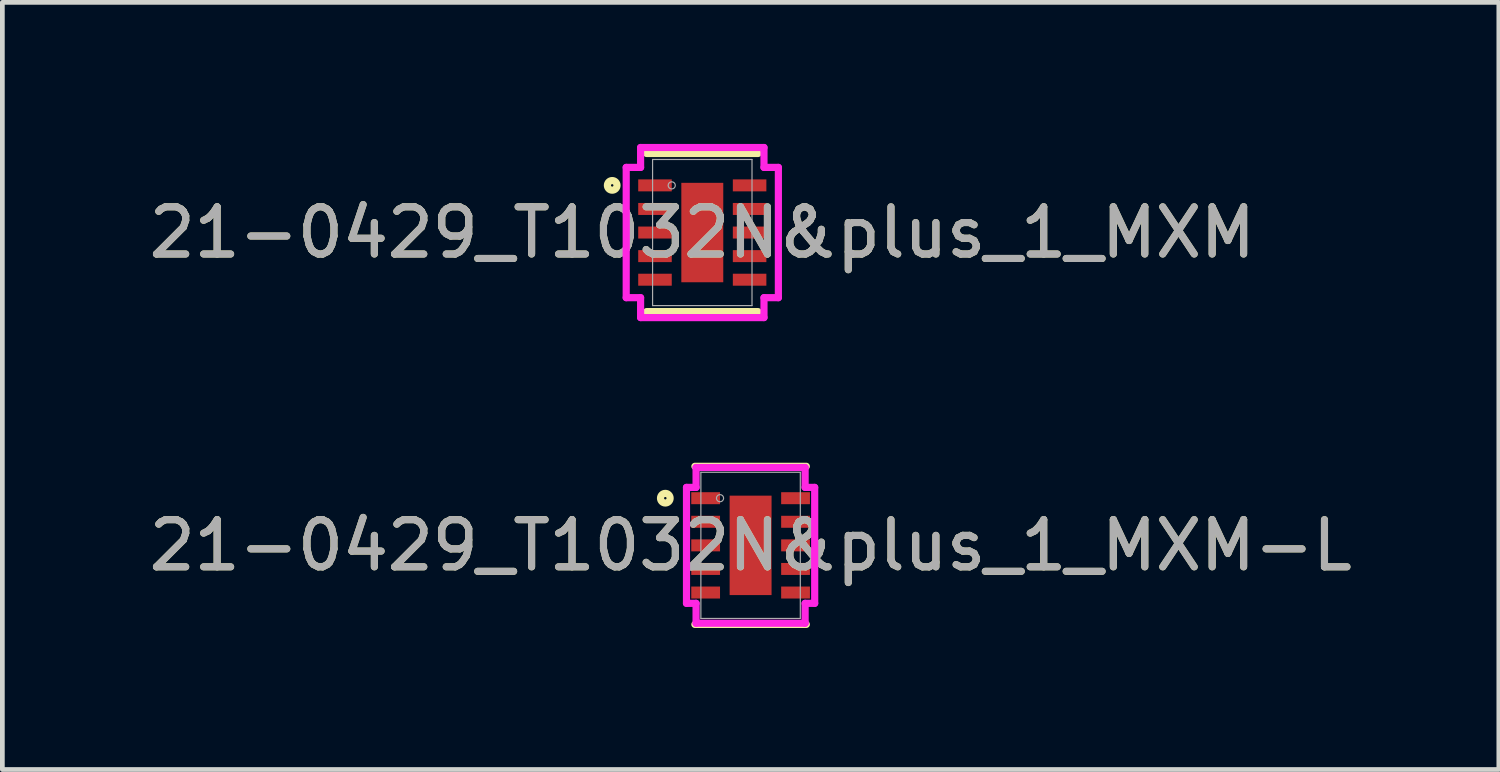
<source format=kicad_pcb>
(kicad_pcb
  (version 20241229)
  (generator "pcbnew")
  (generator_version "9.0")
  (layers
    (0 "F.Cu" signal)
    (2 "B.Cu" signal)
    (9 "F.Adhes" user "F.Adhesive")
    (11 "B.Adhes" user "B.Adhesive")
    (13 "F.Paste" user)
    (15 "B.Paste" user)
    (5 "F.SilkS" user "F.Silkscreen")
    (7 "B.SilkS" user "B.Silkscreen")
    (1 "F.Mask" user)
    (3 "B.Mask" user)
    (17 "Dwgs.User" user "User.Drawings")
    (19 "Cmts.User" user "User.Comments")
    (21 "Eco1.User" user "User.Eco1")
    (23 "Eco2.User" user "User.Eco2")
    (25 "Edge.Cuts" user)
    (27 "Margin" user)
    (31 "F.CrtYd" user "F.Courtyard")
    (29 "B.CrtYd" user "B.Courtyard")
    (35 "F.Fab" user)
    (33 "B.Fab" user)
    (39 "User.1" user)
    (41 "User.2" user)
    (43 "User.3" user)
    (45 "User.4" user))
  (footprint "21-0429_T1032N&plus_1_MXM-L"
    (layer "F.Cu")
    (at 12.863 8.512)
    (property "Reference" "21-0429_T1032N&plus_1_MXM-L" (at 0 0 0) (unlocked yes) (layer "F.SilkS") (effects (font (size 1 1) (thickness 0.15))))
    (attr smd)
    (fp_line (start -1.181 1.676) (end 1.181 1.676) (stroke (width 0.152) (type solid)) (layer "F.SilkS"))
    (fp_line (start 1.181 -1.676) (end -1.181 -1.676) (stroke (width 0.152) (type solid)) (layer "F.SilkS"))
    (fp_circle (center -1.808 -1) (end -1.706 -1) (stroke (width 0.152) (type solid)) (fill no) (layer "F.SilkS"))
    (fp_line (start -1.359 -1.229) (end -1.156 -1.229) (stroke (width 0.152) (type solid)) (layer "F.CrtYd"))
    (fp_line (start -1.359 1.229) (end -1.359 -1.229) (stroke (width 0.152) (type solid)) (layer "F.CrtYd"))
    (fp_line (start -1.359 1.229) (end -1.156 1.229) (stroke (width 0.152) (type solid)) (layer "F.CrtYd"))
    (fp_line (start -1.156 -1.651) (end 1.156 -1.651) (stroke (width 0.152) (type solid)) (layer "F.CrtYd"))
    (fp_line (start -1.156 -1.229) (end -1.156 -1.651) (stroke (width 0.152) (type solid)) (layer "F.CrtYd"))
    (fp_line (start -1.156 1.651) (end -1.156 1.229) (stroke (width 0.152) (type solid)) (layer "F.CrtYd"))
    (fp_line (start 1.156 -1.651) (end 1.156 -1.229) (stroke (width 0.152) (type solid)) (layer "F.CrtYd"))
    (fp_line (start 1.156 1.229) (end 1.156 1.651) (stroke (width 0.152) (type solid)) (layer "F.CrtYd"))
    (fp_line (start 1.156 1.651) (end -1.156 1.651) (stroke (width 0.152) (type solid)) (layer "F.CrtYd"))
    (fp_line (start 1.359 -1.229) (end 1.156 -1.229) (stroke (width 0.152) (type solid)) (layer "F.CrtYd"))
    (fp_line (start 1.359 -1.229) (end 1.359 1.229) (stroke (width 0.152) (type solid)) (layer "F.CrtYd"))
    (fp_line (start 1.359 1.229) (end 1.156 1.229) (stroke (width 0.152) (type solid)) (layer "F.CrtYd"))
    (fp_line (start -1.054 -1.549) (end -1.054 1.549) (stroke (width 0.025) (type solid)) (layer "F.Fab"))
    (fp_line (start -1.054 1.549) (end 1.054 1.549) (stroke (width 0.025) (type solid)) (layer "F.Fab"))
    (fp_line (start 1.054 -1.549) (end -1.054 -1.549) (stroke (width 0.025) (type solid)) (layer "F.Fab"))
    (fp_line (start 1.054 1.549) (end 1.054 -1.549) (stroke (width 0.025) (type solid)) (layer "F.Fab"))
    (fp_circle (center -0.648 -1) (end -0.572 -1) (stroke (width 0.025) (type solid)) (fill no) (layer "F.Fab"))
    (fp_text user "${REFERENCE}" (at 0 0 0) (unlocked yes) (layer "F.Fab") (effects (font (size 1 1) (thickness 0.15))))
    (pad "1" smd rect (at -0.953 -1) (size 0.61 0.254) (layers "F.Cu" "F.Mask" "F.Paste"))
    (pad "2" smd rect (at -0.953 -0.5) (size 0.61 0.254) (layers "F.Cu" "F.Mask" "F.Paste"))
    (pad "3" smd rect (at -0.953 0) (size 0.61 0.254) (layers "F.Cu" "F.Mask" "F.Paste"))
    (pad "4" smd rect (at -0.953 0.5) (size 0.61 0.254) (layers "F.Cu" "F.Mask" "F.Paste"))
    (pad "5" smd rect (at -0.953 1) (size 0.61 0.254) (layers "F.Cu" "F.Mask" "F.Paste"))
    (pad "6" smd rect (at 0.953 1) (size 0.61 0.254) (layers "F.Cu" "F.Mask" "F.Paste"))
    (pad "7" smd rect (at 0.953 0.5) (size 0.61 0.254) (layers "F.Cu" "F.Mask" "F.Paste"))
    (pad "8" smd rect (at 0.953 0) (size 0.61 0.254) (layers "F.Cu" "F.Mask" "F.Paste"))
    (pad "9" smd rect (at 0.953 -0.5) (size 0.61 0.254) (layers "F.Cu" "F.Mask" "F.Paste"))
    (pad "10" smd rect (at 0.953 -1) (size 0.61 0.254) (layers "F.Cu" "F.Mask" "F.Paste"))
    (pad "11" smd rect (at 0 0) (size 0.889 2.108) (layers "F.Cu" "F.Mask" "F.Paste")))
  (footprint "21-0429_T1032N&plus_1_MXM"
    (layer "F.Cu")
    (at 11.839 1.88)
    (property "Reference" "21-0429_T1032N&plus_1_MXM" (at 0 0 0) (unlocked yes) (layer "F.SilkS") (effects (font (size 1 1) (thickness 0.15))))
    (attr smd)
    (fp_line (start -1.181 1.676) (end 1.181 1.676) (stroke (width 0.152) (type solid)) (layer "F.SilkS"))
    (fp_line (start 1.181 -1.676) (end -1.181 -1.676) (stroke (width 0.152) (type solid)) (layer "F.SilkS"))
    (fp_circle (center -1.91 -1) (end -1.808 -1) (stroke (width 0.152) (type solid)) (fill no) (layer "F.SilkS"))
    (fp_line (start -1.613 -1.381) (end -1.308 -1.381) (stroke (width 0.152) (type solid)) (layer "F.CrtYd"))
    (fp_line (start -1.613 1.381) (end -1.613 -1.381) (stroke (width 0.152) (type solid)) (layer "F.CrtYd"))
    (fp_line (start -1.613 1.381) (end -1.308 1.381) (stroke (width 0.152) (type solid)) (layer "F.CrtYd"))
    (fp_line (start -1.308 -1.803) (end 1.308 -1.803) (stroke (width 0.152) (type solid)) (layer "F.CrtYd"))
    (fp_line (start -1.308 -1.381) (end -1.308 -1.803) (stroke (width 0.152) (type solid)) (layer "F.CrtYd"))
    (fp_line (start -1.308 1.803) (end -1.308 1.381) (stroke (width 0.152) (type solid)) (layer "F.CrtYd"))
    (fp_line (start 1.308 -1.803) (end 1.308 -1.381) (stroke (width 0.152) (type solid)) (layer "F.CrtYd"))
    (fp_line (start 1.308 1.381) (end 1.308 1.803) (stroke (width 0.152) (type solid)) (layer "F.CrtYd"))
    (fp_line (start 1.308 1.803) (end -1.308 1.803) (stroke (width 0.152) (type solid)) (layer "F.CrtYd"))
    (fp_line (start 1.613 -1.381) (end 1.308 -1.381) (stroke (width 0.152) (type solid)) (layer "F.CrtYd"))
    (fp_line (start 1.613 -1.381) (end 1.613 1.381) (stroke (width 0.152) (type solid)) (layer "F.CrtYd"))
    (fp_line (start 1.613 1.381) (end 1.308 1.381) (stroke (width 0.152) (type solid)) (layer "F.CrtYd"))
    (fp_line (start -1.054 -1.549) (end -1.054 1.549) (stroke (width 0.025) (type solid)) (layer "F.Fab"))
    (fp_line (start -1.054 1.549) (end 1.054 1.549) (stroke (width 0.025) (type solid)) (layer "F.Fab"))
    (fp_line (start 1.054 -1.549) (end -1.054 -1.549) (stroke (width 0.025) (type solid)) (layer "F.Fab"))
    (fp_line (start 1.054 1.549) (end 1.054 -1.549) (stroke (width 0.025) (type solid)) (layer "F.Fab"))
    (fp_circle (center -0.648 -1) (end -0.572 -1) (stroke (width 0.025) (type solid)) (fill no) (layer "F.Fab"))
    (fp_text user "${REFERENCE}" (at 0 0 0) (unlocked yes) (layer "F.Fab") (effects (font (size 1 1) (thickness 0.15))))
    (pad "1" smd rect (at -1.003 -1) (size 0.711 0.254) (layers "F.Cu" "F.Mask" "F.Paste"))
    (pad "2" smd rect (at -1.003 -0.5) (size 0.711 0.254) (layers "F.Cu" "F.Mask" "F.Paste"))
    (pad "3" smd rect (at -1.003 0) (size 0.711 0.254) (layers "F.Cu" "F.Mask" "F.Paste"))
    (pad "4" smd rect (at -1.003 0.5) (size 0.711 0.254) (layers "F.Cu" "F.Mask" "F.Paste"))
    (pad "5" smd rect (at -1.003 1) (size 0.711 0.254) (layers "F.Cu" "F.Mask" "F.Paste"))
    (pad "6" smd rect (at 1.003 1) (size 0.711 0.254) (layers "F.Cu" "F.Mask" "F.Paste"))
    (pad "7" smd rect (at 1.003 0.5) (size 0.711 0.254) (layers "F.Cu" "F.Mask" "F.Paste"))
    (pad "8" smd rect (at 1.003 0) (size 0.711 0.254) (layers "F.Cu" "F.Mask" "F.Paste"))
    (pad "9" smd rect (at 1.003 -0.5) (size 0.711 0.254) (layers "F.Cu" "F.Mask" "F.Paste"))
    (pad "10" smd rect (at 1.003 -1) (size 0.711 0.254) (layers "F.Cu" "F.Mask" "F.Paste"))
    (pad "11" smd rect (at 0 0) (size 0.889 2.108) (layers "F.Cu" "F.Mask" "F.Paste")))
  (gr_rect
    (start -3 -3)
    (end 28.726 13.264)
    (stroke (width 0.1) (type default))
    (fill no)
    (layer "Edge.Cuts")))
</source>
